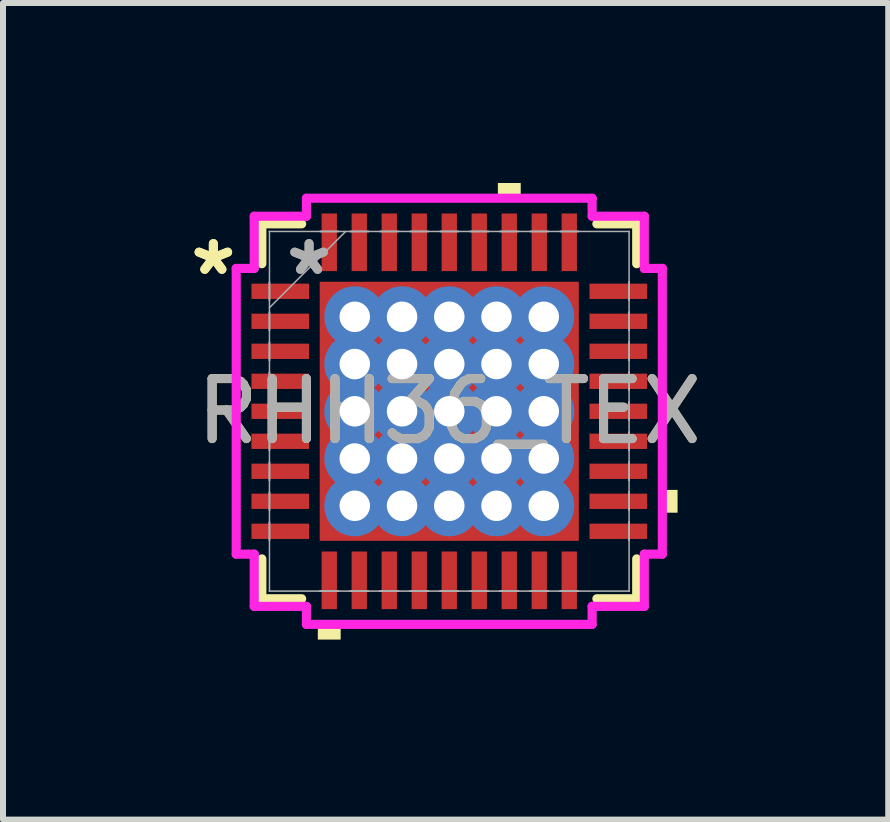
<source format=kicad_pcb>
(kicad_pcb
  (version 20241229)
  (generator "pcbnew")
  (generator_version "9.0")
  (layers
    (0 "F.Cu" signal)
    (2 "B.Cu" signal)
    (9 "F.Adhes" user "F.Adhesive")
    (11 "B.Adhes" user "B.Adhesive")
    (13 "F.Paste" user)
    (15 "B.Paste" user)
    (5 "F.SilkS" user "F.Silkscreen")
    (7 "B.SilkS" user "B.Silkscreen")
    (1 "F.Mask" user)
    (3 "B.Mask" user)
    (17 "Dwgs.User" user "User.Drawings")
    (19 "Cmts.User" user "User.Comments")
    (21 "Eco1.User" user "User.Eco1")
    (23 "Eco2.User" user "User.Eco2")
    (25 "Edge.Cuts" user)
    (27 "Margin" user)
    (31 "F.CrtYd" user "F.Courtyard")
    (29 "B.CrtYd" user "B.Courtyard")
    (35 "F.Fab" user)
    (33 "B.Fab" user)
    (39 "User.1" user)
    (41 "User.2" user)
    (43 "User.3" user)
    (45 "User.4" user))
  (footprint "RHH36_TEX"
    (layer "F.Cu")
    (at 4.438 3.805)
    (property "Reference" "RHH36_TEX" (at 0 0 0) (unlocked yes) (layer "F.SilkS") (effects (font (size 1 1) (thickness 0.15))))
    (attr smd)
    (fp_poly (pts (xy -2.223 -2.223) (xy -1.775 -2.223) (xy -1.775 2.223) (xy -2.223 2.223)) (stroke (width 0) (type solid)) (fill yes) (layer "F.Mask"))
    (fp_poly (pts (xy -2.223 -2.223) (xy 2.223 -2.223) (xy 2.223 -1.775) (xy -2.223 -1.775)) (stroke (width 0) (type solid)) (fill yes) (layer "F.Mask"))
    (fp_poly (pts (xy -2.223 -1.375) (xy 2.223 -1.375) (xy 2.223 -0.987) (xy -2.223 -0.987)) (stroke (width 0) (type solid)) (fill yes) (layer "F.Mask"))
    (fp_poly (pts (xy -2.223 -0.587) (xy 2.223 -0.587) (xy 2.223 -0.2) (xy -2.223 -0.2)) (stroke (width 0) (type solid)) (fill yes) (layer "F.Mask"))
    (fp_poly (pts (xy -2.223 0.2) (xy 2.223 0.2) (xy 2.223 0.587) (xy -2.223 0.587)) (stroke (width 0) (type solid)) (fill yes) (layer "F.Mask"))
    (fp_poly (pts (xy -2.223 0.987) (xy 2.223 0.987) (xy 2.223 1.375) (xy -2.223 1.375)) (stroke (width 0) (type solid)) (fill yes) (layer "F.Mask"))
    (fp_poly (pts (xy -2.223 1.775) (xy 2.223 1.775) (xy 2.223 2.223) (xy -2.223 2.223)) (stroke (width 0) (type solid)) (fill yes) (layer "F.Mask"))
    (fp_poly (pts (xy -0.987 -2.223) (xy -1.375 -2.223) (xy -1.375 2.223) (xy -0.987 2.223)) (stroke (width 0) (type solid)) (fill yes) (layer "F.Mask"))
    (fp_poly (pts (xy -0.2 -2.223) (xy -0.587 -2.223) (xy -0.587 2.223) (xy -0.2 2.223)) (stroke (width 0) (type solid)) (fill yes) (layer "F.Mask"))
    (fp_poly (pts (xy 0.587 -2.223) (xy 0.2 -2.223) (xy 0.2 2.223) (xy 0.587 2.223)) (stroke (width 0) (type solid)) (fill yes) (layer "F.Mask"))
    (fp_poly (pts (xy 1.375 -2.223) (xy 0.987 -2.223) (xy 0.987 2.223) (xy 1.375 2.223)) (stroke (width 0) (type solid)) (fill yes) (layer "F.Mask"))
    (fp_poly (pts (xy 1.775 -2.223) (xy 2.223 -2.223) (xy 2.223 2.223) (xy 1.775 2.223)) (stroke (width 0) (type solid)) (fill yes) (layer "F.Mask"))
    (fp_line (start -3.124 -3.124) (end -3.124 -2.46) (stroke (width 0.152) (type solid)) (layer "F.SilkS"))
    (fp_line (start -3.124 2.46) (end -3.124 3.124) (stroke (width 0.152) (type solid)) (layer "F.SilkS"))
    (fp_line (start -3.124 3.124) (end -2.46 3.124) (stroke (width 0.152) (type solid)) (layer "F.SilkS"))
    (fp_line (start -2.46 -3.124) (end -3.124 -3.124) (stroke (width 0.152) (type solid)) (layer "F.SilkS"))
    (fp_line (start 2.46 3.124) (end 3.124 3.124) (stroke (width 0.152) (type solid)) (layer "F.SilkS"))
    (fp_line (start 3.124 -3.124) (end 2.46 -3.124) (stroke (width 0.152) (type solid)) (layer "F.SilkS"))
    (fp_line (start 3.124 -2.46) (end 3.124 -3.124) (stroke (width 0.152) (type solid)) (layer "F.SilkS"))
    (fp_line (start 3.124 3.124) (end 3.124 2.46) (stroke (width 0.152) (type solid)) (layer "F.SilkS"))
    (fp_poly (pts (xy -2.191 3.551) (xy -2.191 3.805) (xy -1.81 3.805) (xy -1.81 3.551)) (stroke (width 0) (type solid)) (fill yes) (layer "F.SilkS"))
    (fp_poly (pts (xy 0.81 -3.551) (xy 0.81 -3.805) (xy 1.191 -3.805) (xy 1.191 -3.551)) (stroke (width 0) (type solid)) (fill yes) (layer "F.SilkS"))
    (fp_poly (pts (xy 3.805 1.31) (xy 3.805 1.69) (xy 3.551 1.69) (xy 3.551 1.31)) (stroke (width 0) (type solid)) (fill yes) (layer "F.SilkS"))
    (fp_poly (pts (xy -2.084 -2.084) (xy -2.084 -1.675) (xy -1.816 -1.675) (xy -1.675 -1.816) (xy -1.675 -2.084)) (stroke (width 0) (type solid)) (fill yes) (layer "F.Paste"))
    (fp_poly (pts (xy -2.084 1.675) (xy -2.084 2.084) (xy -1.675 2.084) (xy -1.675 1.816) (xy -1.816 1.675)) (stroke (width 0) (type solid)) (fill yes) (layer "F.Paste"))
    (fp_poly (pts (xy 1.675 -2.084) (xy 1.675 -1.816) (xy 1.816 -1.675) (xy 2.084 -1.675) (xy 2.084 -2.084)) (stroke (width 0) (type solid)) (fill yes) (layer "F.Paste"))
    (fp_poly (pts (xy 1.816 1.675) (xy 1.675 1.816) (xy 1.675 2.084) (xy 2.084 2.084) (xy 2.084 1.675)) (stroke (width 0) (type solid)) (fill yes) (layer "F.Paste"))
    (fp_poly (pts (xy -2.084 -1.475) (xy -2.084 -0.887) (xy -1.816 -0.887) (xy -1.675 -1.029) (xy -1.675 -1.333) (xy -1.816 -1.475)) (stroke (width 0) (type solid)) (fill yes) (layer "F.Paste"))
    (fp_poly (pts (xy -2.084 -0.687) (xy -2.084 -0.1) (xy -1.816 -0.1) (xy -1.675 -0.241) (xy -1.675 -0.546) (xy -1.816 -0.687)) (stroke (width 0) (type solid)) (fill yes) (layer "F.Paste"))
    (fp_poly (pts (xy -2.084 0.1) (xy -2.084 0.687) (xy -1.816 0.687) (xy -1.675 0.546) (xy -1.675 0.241) (xy -1.816 0.1)) (stroke (width 0) (type solid)) (fill yes) (layer "F.Paste"))
    (fp_poly (pts (xy -2.084 0.887) (xy -2.084 1.475) (xy -1.816 1.475) (xy -1.675 1.333) (xy -1.675 1.029) (xy -1.816 0.887)) (stroke (width 0) (type solid)) (fill yes) (layer "F.Paste"))
    (fp_poly (pts (xy -1.475 -2.084) (xy -1.475 -1.816) (xy -1.333 -1.675) (xy -1.029 -1.675) (xy -0.887 -1.816) (xy -0.887 -2.084)) (stroke (width 0) (type solid)) (fill yes) (layer "F.Paste"))
    (fp_poly (pts (xy -1.333 1.675) (xy -1.475 1.816) (xy -1.475 2.084) (xy -0.887 2.084) (xy -0.887 1.816) (xy -1.029 1.675)) (stroke (width 0) (type solid)) (fill yes) (layer "F.Paste"))
    (fp_poly (pts (xy -0.687 -2.084) (xy -0.687 -1.816) (xy -0.546 -1.675) (xy -0.241 -1.675) (xy -0.1 -1.816) (xy -0.1 -2.084)) (stroke (width 0) (type solid)) (fill yes) (layer "F.Paste"))
    (fp_poly (pts (xy -0.546 1.675) (xy -0.687 1.816) (xy -0.687 2.084) (xy -0.1 2.084) (xy -0.1 1.816) (xy -0.241 1.675)) (stroke (width 0) (type solid)) (fill yes) (layer "F.Paste"))
    (fp_poly (pts (xy 0.1 -2.084) (xy 0.1 -1.816) (xy 0.241 -1.675) (xy 0.546 -1.675) (xy 0.687 -1.816) (xy 0.687 -2.084)) (stroke (width 0) (type solid)) (fill yes) (layer "F.Paste"))
    (fp_poly (pts (xy 0.241 1.675) (xy 0.1 1.816) (xy 0.1 2.084) (xy 0.687 2.084) (xy 0.687 1.816) (xy 0.546 1.675)) (stroke (width 0) (type solid)) (fill yes) (layer "F.Paste"))
    (fp_poly (pts (xy 0.887 -2.084) (xy 0.887 -1.816) (xy 1.029 -1.675) (xy 1.333 -1.675) (xy 1.475 -1.816) (xy 1.475 -2.084)) (stroke (width 0) (type solid)) (fill yes) (layer "F.Paste"))
    (fp_poly (pts (xy 1.029 1.675) (xy 0.887 1.816) (xy 0.887 2.084) (xy 1.475 2.084) (xy 1.475 1.816) (xy 1.333 1.675)) (stroke (width 0) (type solid)) (fill yes) (layer "F.Paste"))
    (fp_poly (pts (xy 1.816 -1.475) (xy 1.675 -1.333) (xy 1.675 -1.029) (xy 1.816 -0.887) (xy 2.084 -0.887) (xy 2.084 -1.475)) (stroke (width 0) (type solid)) (fill yes) (layer "F.Paste"))
    (fp_poly (pts (xy 1.816 -0.687) (xy 1.675 -0.546) (xy 1.675 -0.241) (xy 1.816 -0.1) (xy 2.084 -0.1) (xy 2.084 -0.687)) (stroke (width 0) (type solid)) (fill yes) (layer "F.Paste"))
    (fp_poly (pts (xy 1.816 0.1) (xy 1.675 0.241) (xy 1.675 0.546) (xy 1.816 0.687) (xy 2.084 0.687) (xy 2.084 0.1)) (stroke (width 0) (type solid)) (fill yes) (layer "F.Paste"))
    (fp_poly (pts (xy 1.816 0.887) (xy 1.675 1.029) (xy 1.675 1.333) (xy 1.816 1.475) (xy 2.084 1.475) (xy 2.084 0.887)) (stroke (width 0) (type solid)) (fill yes) (layer "F.Paste"))
    (fp_poly (pts (xy -1.333 -1.475) (xy -1.475 -1.333) (xy -1.475 -1.029) (xy -1.333 -0.887) (xy -1.029 -0.887) (xy -0.887 -1.029) (xy -0.887 -1.333) (xy -1.029 -1.475)) (stroke (width 0) (type solid)) (fill yes) (layer "F.Paste"))
    (fp_poly (pts (xy -1.333 -0.687) (xy -1.475 -0.546) (xy -1.475 -0.241) (xy -1.333 -0.1) (xy -1.029 -0.1) (xy -0.887 -0.241) (xy -0.887 -0.546) (xy -1.029 -0.687)) (stroke (width 0) (type solid)) (fill yes) (layer "F.Paste"))
    (fp_poly (pts (xy -1.333 0.1) (xy -1.475 0.241) (xy -1.475 0.546) (xy -1.333 0.687) (xy -1.029 0.687) (xy -0.887 0.546) (xy -0.887 0.241) (xy -1.029 0.1)) (stroke (width 0) (type solid)) (fill yes) (layer "F.Paste"))
    (fp_poly (pts (xy -1.333 0.887) (xy -1.475 1.029) (xy -1.475 1.333) (xy -1.333 1.475) (xy -1.029 1.475) (xy -0.887 1.333) (xy -0.887 1.029) (xy -1.029 0.887)) (stroke (width 0) (type solid)) (fill yes) (layer "F.Paste"))
    (fp_poly (pts (xy -0.546 -1.475) (xy -0.687 -1.333) (xy -0.687 -1.029) (xy -0.546 -0.887) (xy -0.241 -0.887) (xy -0.1 -1.029) (xy -0.1 -1.333) (xy -0.241 -1.475)) (stroke (width 0) (type solid)) (fill yes) (layer "F.Paste"))
    (fp_poly (pts (xy -0.546 -0.687) (xy -0.687 -0.546) (xy -0.687 -0.241) (xy -0.546 -0.1) (xy -0.241 -0.1) (xy -0.1 -0.241) (xy -0.1 -0.546) (xy -0.241 -0.687)) (stroke (width 0) (type solid)) (fill yes) (layer "F.Paste"))
    (fp_poly (pts (xy -0.546 0.1) (xy -0.687 0.241) (xy -0.687 0.546) (xy -0.546 0.687) (xy -0.241 0.687) (xy -0.1 0.546) (xy -0.1 0.241) (xy -0.241 0.1)) (stroke (width 0) (type solid)) (fill yes) (layer "F.Paste"))
    (fp_poly (pts (xy -0.546 0.887) (xy -0.687 1.029) (xy -0.687 1.333) (xy -0.546 1.475) (xy -0.241 1.475) (xy -0.1 1.333) (xy -0.1 1.029) (xy -0.241 0.887)) (stroke (width 0) (type solid)) (fill yes) (layer "F.Paste"))
    (fp_poly (pts (xy 0.241 -1.475) (xy 0.1 -1.333) (xy 0.1 -1.029) (xy 0.241 -0.887) (xy 0.546 -0.887) (xy 0.687 -1.029) (xy 0.687 -1.333) (xy 0.546 -1.475)) (stroke (width 0) (type solid)) (fill yes) (layer "F.Paste"))
    (fp_poly (pts (xy 0.241 -0.687) (xy 0.1 -0.546) (xy 0.1 -0.241) (xy 0.241 -0.1) (xy 0.546 -0.1) (xy 0.687 -0.241) (xy 0.687 -0.546) (xy 0.546 -0.687)) (stroke (width 0) (type solid)) (fill yes) (layer "F.Paste"))
    (fp_poly (pts (xy 0.241 0.1) (xy 0.1 0.241) (xy 0.1 0.546) (xy 0.241 0.687) (xy 0.546 0.687) (xy 0.687 0.546) (xy 0.687 0.241) (xy 0.546 0.1)) (stroke (width 0) (type solid)) (fill yes) (layer "F.Paste"))
    (fp_poly (pts (xy 0.241 0.887) (xy 0.1 1.029) (xy 0.1 1.333) (xy 0.241 1.475) (xy 0.546 1.475) (xy 0.687 1.333) (xy 0.687 1.029) (xy 0.546 0.887)) (stroke (width 0) (type solid)) (fill yes) (layer "F.Paste"))
    (fp_poly (pts (xy 1.029 -1.475) (xy 0.887 -1.333) (xy 0.887 -1.029) (xy 1.029 -0.887) (xy 1.333 -0.887) (xy 1.475 -1.029) (xy 1.475 -1.333) (xy 1.333 -1.475)) (stroke (width 0) (type solid)) (fill yes) (layer "F.Paste"))
    (fp_poly (pts (xy 1.029 -0.687) (xy 0.887 -0.546) (xy 0.887 -0.241) (xy 1.029 -0.1) (xy 1.333 -0.1) (xy 1.475 -0.241) (xy 1.475 -0.546) (xy 1.333 -0.687)) (stroke (width 0) (type solid)) (fill yes) (layer "F.Paste"))
    (fp_poly (pts (xy 1.029 0.1) (xy 0.887 0.241) (xy 0.887 0.546) (xy 1.029 0.687) (xy 1.333 0.687) (xy 1.475 0.546) (xy 1.475 0.241) (xy 1.333 0.1)) (stroke (width 0) (type solid)) (fill yes) (layer "F.Paste"))
    (fp_poly (pts (xy 1.029 0.887) (xy 0.887 1.029) (xy 0.887 1.333) (xy 1.029 1.475) (xy 1.333 1.475) (xy 1.475 1.333) (xy 1.475 1.029) (xy 1.333 0.887)) (stroke (width 0) (type solid)) (fill yes) (layer "F.Paste"))
    (fp_line (start -3.551 -2.381) (end -3.251 -2.381) (stroke (width 0.152) (type solid)) (layer "F.CrtYd"))
    (fp_line (start -3.551 2.381) (end -3.551 -2.381) (stroke (width 0.152) (type solid)) (layer "F.CrtYd"))
    (fp_line (start -3.251 -3.251) (end -2.381 -3.251) (stroke (width 0.152) (type solid)) (layer "F.CrtYd"))
    (fp_line (start -3.251 -2.381) (end -3.251 -3.251) (stroke (width 0.152) (type solid)) (layer "F.CrtYd"))
    (fp_line (start -3.251 2.381) (end -3.551 2.381) (stroke (width 0.152) (type solid)) (layer "F.CrtYd"))
    (fp_line (start -3.251 3.251) (end -3.251 2.381) (stroke (width 0.152) (type solid)) (layer "F.CrtYd"))
    (fp_line (start -2.381 -3.551) (end 2.381 -3.551) (stroke (width 0.152) (type solid)) (layer "F.CrtYd"))
    (fp_line (start -2.381 -3.251) (end -2.381 -3.551) (stroke (width 0.152) (type solid)) (layer "F.CrtYd"))
    (fp_line (start -2.381 3.251) (end -3.251 3.251) (stroke (width 0.152) (type solid)) (layer "F.CrtYd"))
    (fp_line (start -2.381 3.551) (end -2.381 3.251) (stroke (width 0.152) (type solid)) (layer "F.CrtYd"))
    (fp_line (start 2.381 -3.551) (end 2.381 -3.251) (stroke (width 0.152) (type solid)) (layer "F.CrtYd"))
    (fp_line (start 2.381 -3.251) (end 3.251 -3.251) (stroke (width 0.152) (type solid)) (layer "F.CrtYd"))
    (fp_line (start 2.381 3.251) (end 2.381 3.551) (stroke (width 0.152) (type solid)) (layer "F.CrtYd"))
    (fp_line (start 2.381 3.551) (end -2.381 3.551) (stroke (width 0.152) (type solid)) (layer "F.CrtYd"))
    (fp_line (start 3.251 -3.251) (end 3.251 -2.381) (stroke (width 0.152) (type solid)) (layer "F.CrtYd"))
    (fp_line (start 3.251 -2.381) (end 3.551 -2.381) (stroke (width 0.152) (type solid)) (layer "F.CrtYd"))
    (fp_line (start 3.251 2.381) (end 3.251 3.251) (stroke (width 0.152) (type solid)) (layer "F.CrtYd"))
    (fp_line (start 3.251 3.251) (end 2.381 3.251) (stroke (width 0.152) (type solid)) (layer "F.CrtYd"))
    (fp_line (start 3.551 -2.381) (end 3.551 2.381) (stroke (width 0.152) (type solid)) (layer "F.CrtYd"))
    (fp_line (start 3.551 2.381) (end 3.251 2.381) (stroke (width 0.152) (type solid)) (layer "F.CrtYd"))
    (fp_line (start -2.997 -2.997) (end -2.997 -2.997) (stroke (width 0.025) (type solid)) (layer "F.Fab"))
    (fp_line (start -2.997 -2.997) (end -2.997 2.997) (stroke (width 0.025) (type solid)) (layer "F.Fab"))
    (fp_line (start -2.997 -2.152) (end -2.997 -2.152) (stroke (width 0.025) (type solid)) (layer "F.Fab"))
    (fp_line (start -2.997 -2.152) (end -2.997 -1.848) (stroke (width 0.025) (type solid)) (layer "F.Fab"))
    (fp_line (start -2.997 -1.848) (end -2.997 -2.152) (stroke (width 0.025) (type solid)) (layer "F.Fab"))
    (fp_line (start -2.997 -1.848) (end -2.997 -1.848) (stroke (width 0.025) (type solid)) (layer "F.Fab"))
    (fp_line (start -2.997 -1.727) (end -1.727 -2.997) (stroke (width 0.025) (type solid)) (layer "F.Fab"))
    (fp_line (start -2.997 -1.652) (end -2.997 -1.652) (stroke (width 0.025) (type solid)) (layer "F.Fab"))
    (fp_line (start -2.997 -1.652) (end -2.997 -1.348) (stroke (width 0.025) (type solid)) (layer "F.Fab"))
    (fp_line (start -2.997 -1.348) (end -2.997 -1.652) (stroke (width 0.025) (type solid)) (layer "F.Fab"))
    (fp_line (start -2.997 -1.348) (end -2.997 -1.348) (stroke (width 0.025) (type solid)) (layer "F.Fab"))
    (fp_line (start -2.997 -1.152) (end -2.997 -1.152) (stroke (width 0.025) (type solid)) (layer "F.Fab"))
    (fp_line (start -2.997 -1.152) (end -2.997 -0.848) (stroke (width 0.025) (type solid)) (layer "F.Fab"))
    (fp_line (start -2.997 -0.848) (end -2.997 -1.152) (stroke (width 0.025) (type solid)) (layer "F.Fab"))
    (fp_line (start -2.997 -0.848) (end -2.997 -0.848) (stroke (width 0.025) (type solid)) (layer "F.Fab"))
    (fp_line (start -2.997 -0.652) (end -2.997 -0.652) (stroke (width 0.025) (type solid)) (layer "F.Fab"))
    (fp_line (start -2.997 -0.652) (end -2.997 -0.348) (stroke (width 0.025) (type solid)) (layer "F.Fab"))
    (fp_line (start -2.997 -0.348) (end -2.997 -0.652) (stroke (width 0.025) (type solid)) (layer "F.Fab"))
    (fp_line (start -2.997 -0.348) (end -2.997 -0.348) (stroke (width 0.025) (type solid)) (layer "F.Fab"))
    (fp_line (start -2.997 -0.152) (end -2.997 -0.152) (stroke (width 0.025) (type solid)) (layer "F.Fab"))
    (fp_line (start -2.997 -0.152) (end -2.997 0.152) (stroke (width 0.025) (type solid)) (layer "F.Fab"))
    (fp_line (start -2.997 0.152) (end -2.997 -0.152) (stroke (width 0.025) (type solid)) (layer "F.Fab"))
    (fp_line (start -2.997 0.152) (end -2.997 0.152) (stroke (width 0.025) (type solid)) (layer "F.Fab"))
    (fp_line (start -2.997 0.348) (end -2.997 0.348) (stroke (width 0.025) (type solid)) (layer "F.Fab"))
    (fp_line (start -2.997 0.348) (end -2.997 0.652) (stroke (width 0.025) (type solid)) (layer "F.Fab"))
    (fp_line (start -2.997 0.652) (end -2.997 0.348) (stroke (width 0.025) (type solid)) (layer "F.Fab"))
    (fp_line (start -2.997 0.652) (end -2.997 0.652) (stroke (width 0.025) (type solid)) (layer "F.Fab"))
    (fp_line (start -2.997 0.848) (end -2.997 0.848) (stroke (width 0.025) (type solid)) (layer "F.Fab"))
    (fp_line (start -2.997 0.848) (end -2.997 1.152) (stroke (width 0.025) (type solid)) (layer "F.Fab"))
    (fp_line (start -2.997 1.152) (end -2.997 0.848) (stroke (width 0.025) (type solid)) (layer "F.Fab"))
    (fp_line (start -2.997 1.152) (end -2.997 1.152) (stroke (width 0.025) (type solid)) (layer "F.Fab"))
    (fp_line (start -2.997 1.348) (end -2.997 1.348) (stroke (width 0.025) (type solid)) (layer "F.Fab"))
    (fp_line (start -2.997 1.348) (end -2.997 1.652) (stroke (width 0.025) (type solid)) (layer "F.Fab"))
    (fp_line (start -2.997 1.652) (end -2.997 1.348) (stroke (width 0.025) (type solid)) (layer "F.Fab"))
    (fp_line (start -2.997 1.652) (end -2.997 1.652) (stroke (width 0.025) (type solid)) (layer "F.Fab"))
    (fp_line (start -2.997 1.848) (end -2.997 1.848) (stroke (width 0.025) (type solid)) (layer "F.Fab"))
    (fp_line (start -2.997 1.848) (end -2.997 2.152) (stroke (width 0.025) (type solid)) (layer "F.Fab"))
    (fp_line (start -2.997 2.152) (end -2.997 1.848) (stroke (width 0.025) (type solid)) (layer "F.Fab"))
    (fp_line (start -2.997 2.152) (end -2.997 2.152) (stroke (width 0.025) (type solid)) (layer "F.Fab"))
    (fp_line (start -2.997 2.997) (end -2.997 2.997) (stroke (width 0.025) (type solid)) (layer "F.Fab"))
    (fp_line (start -2.997 2.997) (end 2.997 2.997) (stroke (width 0.025) (type solid)) (layer "F.Fab"))
    (fp_line (start -2.152 -2.997) (end -2.152 -2.997) (stroke (width 0.025) (type solid)) (layer "F.Fab"))
    (fp_line (start -2.152 -2.997) (end -1.848 -2.997) (stroke (width 0.025) (type solid)) (layer "F.Fab"))
    (fp_line (start -2.152 2.997) (end -2.152 2.997) (stroke (width 0.025) (type solid)) (layer "F.Fab"))
    (fp_line (start -2.152 2.997) (end -1.848 2.997) (stroke (width 0.025) (type solid)) (layer "F.Fab"))
    (fp_line (start -1.848 -2.997) (end -2.152 -2.997) (stroke (width 0.025) (type solid)) (layer "F.Fab"))
    (fp_line (start -1.848 -2.997) (end -1.848 -2.997) (stroke (width 0.025) (type solid)) (layer "F.Fab"))
    (fp_line (start -1.848 2.997) (end -2.152 2.997) (stroke (width 0.025) (type solid)) (layer "F.Fab"))
    (fp_line (start -1.848 2.997) (end -1.848 2.997) (stroke (width 0.025) (type solid)) (layer "F.Fab"))
    (fp_line (start -1.652 -2.997) (end -1.652 -2.997) (stroke (width 0.025) (type solid)) (layer "F.Fab"))
    (fp_line (start -1.652 -2.997) (end -1.348 -2.997) (stroke (width 0.025) (type solid)) (layer "F.Fab"))
    (fp_line (start -1.652 2.997) (end -1.652 2.997) (stroke (width 0.025) (type solid)) (layer "F.Fab"))
    (fp_line (start -1.652 2.997) (end -1.348 2.997) (stroke (width 0.025) (type solid)) (layer "F.Fab"))
    (fp_line (start -1.348 -2.997) (end -1.652 -2.997) (stroke (width 0.025) (type solid)) (layer "F.Fab"))
    (fp_line (start -1.348 -2.997) (end -1.348 -2.997) (stroke (width 0.025) (type solid)) (layer "F.Fab"))
    (fp_line (start -1.348 2.997) (end -1.652 2.997) (stroke (width 0.025) (type solid)) (layer "F.Fab"))
    (fp_line (start -1.348 2.997) (end -1.348 2.997) (stroke (width 0.025) (type solid)) (layer "F.Fab"))
    (fp_line (start -1.152 -2.997) (end -1.152 -2.997) (stroke (width 0.025) (type solid)) (layer "F.Fab"))
    (fp_line (start -1.152 -2.997) (end -0.848 -2.997) (stroke (width 0.025) (type solid)) (layer "F.Fab"))
    (fp_line (start -1.152 2.997) (end -1.152 2.997) (stroke (width 0.025) (type solid)) (layer "F.Fab"))
    (fp_line (start -1.152 2.997) (end -0.848 2.997) (stroke (width 0.025) (type solid)) (layer "F.Fab"))
    (fp_line (start -0.848 -2.997) (end -1.152 -2.997) (stroke (width 0.025) (type solid)) (layer "F.Fab"))
    (fp_line (start -0.848 -2.997) (end -0.848 -2.997) (stroke (width 0.025) (type solid)) (layer "F.Fab"))
    (fp_line (start -0.848 2.997) (end -1.152 2.997) (stroke (width 0.025) (type solid)) (layer "F.Fab"))
    (fp_line (start -0.848 2.997) (end -0.848 2.997) (stroke (width 0.025) (type solid)) (layer "F.Fab"))
    (fp_line (start -0.652 -2.997) (end -0.652 -2.997) (stroke (width 0.025) (type solid)) (layer "F.Fab"))
    (fp_line (start -0.652 -2.997) (end -0.348 -2.997) (stroke (width 0.025) (type solid)) (layer "F.Fab"))
    (fp_line (start -0.652 2.997) (end -0.652 2.997) (stroke (width 0.025) (type solid)) (layer "F.Fab"))
    (fp_line (start -0.652 2.997) (end -0.348 2.997) (stroke (width 0.025) (type solid)) (layer "F.Fab"))
    (fp_line (start -0.348 -2.997) (end -0.652 -2.997) (stroke (width 0.025) (type solid)) (layer "F.Fab"))
    (fp_line (start -0.348 -2.997) (end -0.348 -2.997) (stroke (width 0.025) (type solid)) (layer "F.Fab"))
    (fp_line (start -0.348 2.997) (end -0.652 2.997) (stroke (width 0.025) (type solid)) (layer "F.Fab"))
    (fp_line (start -0.348 2.997) (end -0.348 2.997) (stroke (width 0.025) (type solid)) (layer "F.Fab"))
    (fp_line (start -0.152 -2.997) (end -0.152 -2.997) (stroke (width 0.025) (type solid)) (layer "F.Fab"))
    (fp_line (start -0.152 -2.997) (end 0.152 -2.997) (stroke (width 0.025) (type solid)) (layer "F.Fab"))
    (fp_line (start -0.152 2.997) (end -0.152 2.997) (stroke (width 0.025) (type solid)) (layer "F.Fab"))
    (fp_line (start -0.152 2.997) (end 0.152 2.997) (stroke (width 0.025) (type solid)) (layer "F.Fab"))
    (fp_line (start 0.152 -2.997) (end -0.152 -2.997) (stroke (width 0.025) (type solid)) (layer "F.Fab"))
    (fp_line (start 0.152 -2.997) (end 0.152 -2.997) (stroke (width 0.025) (type solid)) (layer "F.Fab"))
    (fp_line (start 0.152 2.997) (end -0.152 2.997) (stroke (width 0.025) (type solid)) (layer "F.Fab"))
    (fp_line (start 0.152 2.997) (end 0.152 2.997) (stroke (width 0.025) (type solid)) (layer "F.Fab"))
    (fp_line (start 0.348 -2.997) (end 0.348 -2.997) (stroke (width 0.025) (type solid)) (layer "F.Fab"))
    (fp_line (start 0.348 -2.997) (end 0.652 -2.997) (stroke (width 0.025) (type solid)) (layer "F.Fab"))
    (fp_line (start 0.348 2.997) (end 0.348 2.997) (stroke (width 0.025) (type solid)) (layer "F.Fab"))
    (fp_line (start 0.348 2.997) (end 0.652 2.997) (stroke (width 0.025) (type solid)) (layer "F.Fab"))
    (fp_line (start 0.652 -2.997) (end 0.348 -2.997) (stroke (width 0.025) (type solid)) (layer "F.Fab"))
    (fp_line (start 0.652 -2.997) (end 0.652 -2.997) (stroke (width 0.025) (type solid)) (layer "F.Fab"))
    (fp_line (start 0.652 2.997) (end 0.348 2.997) (stroke (width 0.025) (type solid)) (layer "F.Fab"))
    (fp_line (start 0.652 2.997) (end 0.652 2.997) (stroke (width 0.025) (type solid)) (layer "F.Fab"))
    (fp_line (start 0.848 -2.997) (end 0.848 -2.997) (stroke (width 0.025) (type solid)) (layer "F.Fab"))
    (fp_line (start 0.848 -2.997) (end 1.152 -2.997) (stroke (width 0.025) (type solid)) (layer "F.Fab"))
    (fp_line (start 0.848 2.997) (end 0.848 2.997) (stroke (width 0.025) (type solid)) (layer "F.Fab"))
    (fp_line (start 0.848 2.997) (end 1.152 2.997) (stroke (width 0.025) (type solid)) (layer "F.Fab"))
    (fp_line (start 1.152 -2.997) (end 0.848 -2.997) (stroke (width 0.025) (type solid)) (layer "F.Fab"))
    (fp_line (start 1.152 -2.997) (end 1.152 -2.997) (stroke (width 0.025) (type solid)) (layer "F.Fab"))
    (fp_line (start 1.152 2.997) (end 0.848 2.997) (stroke (width 0.025) (type solid)) (layer "F.Fab"))
    (fp_line (start 1.152 2.997) (end 1.152 2.997) (stroke (width 0.025) (type solid)) (layer "F.Fab"))
    (fp_line (start 1.348 -2.997) (end 1.348 -2.997) (stroke (width 0.025) (type solid)) (layer "F.Fab"))
    (fp_line (start 1.348 -2.997) (end 1.652 -2.997) (stroke (width 0.025) (type solid)) (layer "F.Fab"))
    (fp_line (start 1.348 2.997) (end 1.348 2.997) (stroke (width 0.025) (type solid)) (layer "F.Fab"))
    (fp_line (start 1.348 2.997) (end 1.652 2.997) (stroke (width 0.025) (type solid)) (layer "F.Fab"))
    (fp_line (start 1.652 -2.997) (end 1.348 -2.997) (stroke (width 0.025) (type solid)) (layer "F.Fab"))
    (fp_line (start 1.652 -2.997) (end 1.652 -2.997) (stroke (width 0.025) (type solid)) (layer "F.Fab"))
    (fp_line (start 1.652 2.997) (end 1.348 2.997) (stroke (width 0.025) (type solid)) (layer "F.Fab"))
    (fp_line (start 1.652 2.997) (end 1.652 2.997) (stroke (width 0.025) (type solid)) (layer "F.Fab"))
    (fp_line (start 1.848 -2.997) (end 1.848 -2.997) (stroke (width 0.025) (type solid)) (layer "F.Fab"))
    (fp_line (start 1.848 -2.997) (end 2.152 -2.997) (stroke (width 0.025) (type solid)) (layer "F.Fab"))
    (fp_line (start 1.848 2.997) (end 1.848 2.997) (stroke (width 0.025) (type solid)) (layer "F.Fab"))
    (fp_line (start 1.848 2.997) (end 2.152 2.997) (stroke (width 0.025) (type solid)) (layer "F.Fab"))
    (fp_line (start 2.152 -2.997) (end 1.848 -2.997) (stroke (width 0.025) (type solid)) (layer "F.Fab"))
    (fp_line (start 2.152 -2.997) (end 2.152 -2.997) (stroke (width 0.025) (type solid)) (layer "F.Fab"))
    (fp_line (start 2.152 2.997) (end 1.848 2.997) (stroke (width 0.025) (type solid)) (layer "F.Fab"))
    (fp_line (start 2.152 2.997) (end 2.152 2.997) (stroke (width 0.025) (type solid)) (layer "F.Fab"))
    (fp_line (start 2.997 -2.997) (end -2.997 -2.997) (stroke (width 0.025) (type solid)) (layer "F.Fab"))
    (fp_line (start 2.997 -2.997) (end 2.997 -2.997) (stroke (width 0.025) (type solid)) (layer "F.Fab"))
    (fp_line (start 2.997 -2.152) (end 2.997 -2.152) (stroke (width 0.025) (type solid)) (layer "F.Fab"))
    (fp_line (start 2.997 -2.152) (end 2.997 -1.848) (stroke (width 0.025) (type solid)) (layer "F.Fab"))
    (fp_line (start 2.997 -1.848) (end 2.997 -2.152) (stroke (width 0.025) (type solid)) (layer "F.Fab"))
    (fp_line (start 2.997 -1.848) (end 2.997 -1.848) (stroke (width 0.025) (type solid)) (layer "F.Fab"))
    (fp_line (start 2.997 -1.652) (end 2.997 -1.652) (stroke (width 0.025) (type solid)) (layer "F.Fab"))
    (fp_line (start 2.997 -1.652) (end 2.997 -1.348) (stroke (width 0.025) (type solid)) (layer "F.Fab"))
    (fp_line (start 2.997 -1.348) (end 2.997 -1.652) (stroke (width 0.025) (type solid)) (layer "F.Fab"))
    (fp_line (start 2.997 -1.348) (end 2.997 -1.348) (stroke (width 0.025) (type solid)) (layer "F.Fab"))
    (fp_line (start 2.997 -1.152) (end 2.997 -1.152) (stroke (width 0.025) (type solid)) (layer "F.Fab"))
    (fp_line (start 2.997 -1.152) (end 2.997 -0.848) (stroke (width 0.025) (type solid)) (layer "F.Fab"))
    (fp_line (start 2.997 -0.848) (end 2.997 -1.152) (stroke (width 0.025) (type solid)) (layer "F.Fab"))
    (fp_line (start 2.997 -0.848) (end 2.997 -0.848) (stroke (width 0.025) (type solid)) (layer "F.Fab"))
    (fp_line (start 2.997 -0.652) (end 2.997 -0.652) (stroke (width 0.025) (type solid)) (layer "F.Fab"))
    (fp_line (start 2.997 -0.652) (end 2.997 -0.348) (stroke (width 0.025) (type solid)) (layer "F.Fab"))
    (fp_line (start 2.997 -0.348) (end 2.997 -0.652) (stroke (width 0.025) (type solid)) (layer "F.Fab"))
    (fp_line (start 2.997 -0.348) (end 2.997 -0.348) (stroke (width 0.025) (type solid)) (layer "F.Fab"))
    (fp_line (start 2.997 -0.152) (end 2.997 -0.152) (stroke (width 0.025) (type solid)) (layer "F.Fab"))
    (fp_line (start 2.997 -0.152) (end 2.997 0.152) (stroke (width 0.025) (type solid)) (layer "F.Fab"))
    (fp_line (start 2.997 0.152) (end 2.997 -0.152) (stroke (width 0.025) (type solid)) (layer "F.Fab"))
    (fp_line (start 2.997 0.152) (end 2.997 0.152) (stroke (width 0.025) (type solid)) (layer "F.Fab"))
    (fp_line (start 2.997 0.348) (end 2.997 0.348) (stroke (width 0.025) (type solid)) (layer "F.Fab"))
    (fp_line (start 2.997 0.348) (end 2.997 0.652) (stroke (width 0.025) (type solid)) (layer "F.Fab"))
    (fp_line (start 2.997 0.652) (end 2.997 0.348) (stroke (width 0.025) (type solid)) (layer "F.Fab"))
    (fp_line (start 2.997 0.652) (end 2.997 0.652) (stroke (width 0.025) (type solid)) (layer "F.Fab"))
    (fp_line (start 2.997 0.848) (end 2.997 0.848) (stroke (width 0.025) (type solid)) (layer "F.Fab"))
    (fp_line (start 2.997 0.848) (end 2.997 1.152) (stroke (width 0.025) (type solid)) (layer "F.Fab"))
    (fp_line (start 2.997 1.152) (end 2.997 0.848) (stroke (width 0.025) (type solid)) (layer "F.Fab"))
    (fp_line (start 2.997 1.152) (end 2.997 1.152) (stroke (width 0.025) (type solid)) (layer "F.Fab"))
    (fp_line (start 2.997 1.348) (end 2.997 1.348) (stroke (width 0.025) (type solid)) (layer "F.Fab"))
    (fp_line (start 2.997 1.348) (end 2.997 1.652) (stroke (width 0.025) (type solid)) (layer "F.Fab"))
    (fp_line (start 2.997 1.652) (end 2.997 1.348) (stroke (width 0.025) (type solid)) (layer "F.Fab"))
    (fp_line (start 2.997 1.652) (end 2.997 1.652) (stroke (width 0.025) (type solid)) (layer "F.Fab"))
    (fp_line (start 2.997 1.848) (end 2.997 1.848) (stroke (width 0.025) (type solid)) (layer "F.Fab"))
    (fp_line (start 2.997 1.848) (end 2.997 2.152) (stroke (width 0.025) (type solid)) (layer "F.Fab"))
    (fp_line (start 2.997 2.152) (end 2.997 1.848) (stroke (width 0.025) (type solid)) (layer "F.Fab"))
    (fp_line (start 2.997 2.152) (end 2.997 2.152) (stroke (width 0.025) (type solid)) (layer "F.Fab"))
    (fp_line (start 2.997 2.997) (end 2.997 -2.997) (stroke (width 0.025) (type solid)) (layer "F.Fab"))
    (fp_line (start 2.997 2.997) (end 2.997 2.997) (stroke (width 0.025) (type solid)) (layer "F.Fab"))
    (fp_text user "*" (at -3.932 -2.25 0) (layer "F.SilkS") (effects (font (size 1 1) (thickness 0.15))))
    (fp_text user "*" (at -3.932 -2.25 0) (unlocked yes) (layer "F.SilkS") (effects (font (size 1 1) (thickness 0.15))))
    (fp_text user "*" (at -2.337 -2.25 0) (layer "F.Fab") (effects (font (size 1 1) (thickness 0.15))))
    (fp_text user "*" (at -2.337 -2.25 0) (unlocked yes) (layer "F.Fab") (effects (font (size 1 1) (thickness 0.15))))
    (fp_text user "${REFERENCE}" (at 0 0 0) (unlocked yes) (layer "F.Fab") (effects (font (size 1 1) (thickness 0.15))))
    (pad "1" smd rect (at -2.817 -2 90) (size 0.255 0.96) (layers "F.Cu" "F.Mask" "F.Paste"))
    (pad "2" smd rect (at -2.817 -1.5 90) (size 0.255 0.96) (layers "F.Cu" "F.Mask" "F.Paste"))
    (pad "3" smd rect (at -2.817 -1 90) (size 0.255 0.96) (layers "F.Cu" "F.Mask" "F.Paste"))
    (pad "4" smd rect (at -2.817 -0.5 90) (size 0.255 0.96) (layers "F.Cu" "F.Mask" "F.Paste"))
    (pad "5" smd rect (at -2.817 0 90) (size 0.255 0.96) (layers "F.Cu" "F.Mask" "F.Paste"))
    (pad "6" smd rect (at -2.817 0.5 90) (size 0.255 0.96) (layers "F.Cu" "F.Mask" "F.Paste"))
    (pad "7" smd rect (at -2.817 1 90) (size 0.255 0.96) (layers "F.Cu" "F.Mask" "F.Paste"))
    (pad "8" smd rect (at -2.817 1.5 90) (size 0.255 0.96) (layers "F.Cu" "F.Mask" "F.Paste"))
    (pad "9" smd rect (at -2.817 2 90) (size 0.255 0.96) (layers "F.Cu" "F.Mask" "F.Paste"))
    (pad "10" smd rect (at -2 2.817) (size 0.255 0.96) (layers "F.Cu" "F.Mask" "F.Paste"))
    (pad "11" smd rect (at -1.5 2.817) (size 0.255 0.96) (layers "F.Cu" "F.Mask" "F.Paste"))
    (pad "12" smd rect (at -1 2.817) (size 0.255 0.96) (layers "F.Cu" "F.Mask" "F.Paste"))
    (pad "13" smd rect (at -0.5 2.817) (size 0.255 0.96) (layers "F.Cu" "F.Mask" "F.Paste"))
    (pad "14" smd rect (at 0 2.817) (size 0.255 0.96) (layers "F.Cu" "F.Mask" "F.Paste"))
    (pad "15" smd rect (at 0.5 2.817) (size 0.255 0.96) (layers "F.Cu" "F.Mask" "F.Paste"))
    (pad "16" smd rect (at 1 2.817) (size 0.255 0.96) (layers "F.Cu" "F.Mask" "F.Paste"))
    (pad "17" smd rect (at 1.5 2.817) (size 0.255 0.96) (layers "F.Cu" "F.Mask" "F.Paste"))
    (pad "18" smd rect (at 2 2.817) (size 0.255 0.96) (layers "F.Cu" "F.Mask" "F.Paste"))
    (pad "19" smd rect (at 2.817 2 90) (size 0.255 0.96) (layers "F.Cu" "F.Mask" "F.Paste"))
    (pad "20" smd rect (at 2.817 1.5 90) (size 0.255 0.96) (layers "F.Cu" "F.Mask" "F.Paste"))
    (pad "21" smd rect (at 2.817 1 90) (size 0.255 0.96) (layers "F.Cu" "F.Mask" "F.Paste"))
    (pad "22" smd rect (at 2.817 0.5 90) (size 0.255 0.96) (layers "F.Cu" "F.Mask" "F.Paste"))
    (pad "23" smd rect (at 2.817 0 90) (size 0.255 0.96) (layers "F.Cu" "F.Mask" "F.Paste"))
    (pad "24" smd rect (at 2.817 -0.5 90) (size 0.255 0.96) (layers "F.Cu" "F.Mask" "F.Paste"))
    (pad "25" smd rect (at 2.817 -1 90) (size 0.255 0.96) (layers "F.Cu" "F.Mask" "F.Paste"))
    (pad "26" smd rect (at 2.817 -1.5 90) (size 0.255 0.96) (layers "F.Cu" "F.Mask" "F.Paste"))
    (pad "27" smd rect (at 2.817 -2 90) (size 0.255 0.96) (layers "F.Cu" "F.Mask" "F.Paste"))
    (pad "28" smd rect (at 2 -2.817) (size 0.255 0.96) (layers "F.Cu" "F.Mask" "F.Paste"))
    (pad "29" smd rect (at 1.5 -2.817) (size 0.255 0.96) (layers "F.Cu" "F.Mask" "F.Paste"))
    (pad "30" smd rect (at 1 -2.817) (size 0.255 0.96) (layers "F.Cu" "F.Mask" "F.Paste"))
    (pad "31" smd rect (at 0.5 -2.817) (size 0.255 0.96) (layers "F.Cu" "F.Mask" "F.Paste"))
    (pad "32" smd rect (at 0 -2.817) (size 0.255 0.96) (layers "F.Cu" "F.Mask" "F.Paste"))
    (pad "33" smd rect (at -0.5 -2.817) (size 0.255 0.96) (layers "F.Cu" "F.Mask" "F.Paste"))
    (pad "34" smd rect (at -1 -2.817) (size 0.255 0.96) (layers "F.Cu" "F.Mask" "F.Paste"))
    (pad "35" smd rect (at -1.5 -2.817) (size 0.255 0.96) (layers "F.Cu" "F.Mask" "F.Paste"))
    (pad "36" smd rect (at -2 -2.817) (size 0.255 0.96) (layers "F.Cu" "F.Mask" "F.Paste"))
    (pad "37" smd rect (at 0 0) (size 4.318 4.318) (layers "F.Cu"))
    (pad "V" thru_hole circle (at -1.575 -1.575) (size 1.016 1.016) (drill 0.508) (layers "*.Cu" "*.Mask"))
    (pad "V" thru_hole circle (at -1.575 -0.787) (size 1.016 1.016) (drill 0.508) (layers "*.Cu" "*.Mask"))
    (pad "V" thru_hole circle (at -1.575 0) (size 1.016 1.016) (drill 0.508) (layers "*.Cu" "*.Mask"))
    (pad "V" thru_hole circle (at -1.575 0.787) (size 1.016 1.016) (drill 0.508) (layers "*.Cu" "*.Mask"))
    (pad "V" thru_hole circle (at -1.575 1.575) (size 1.016 1.016) (drill 0.508) (layers "*.Cu" "*.Mask"))
    (pad "V" thru_hole circle (at -0.787 -1.575) (size 1.016 1.016) (drill 0.508) (layers "*.Cu" "*.Mask"))
    (pad "V" thru_hole circle (at -0.787 -0.787) (size 1.016 1.016) (drill 0.508) (layers "*.Cu" "*.Mask"))
    (pad "V" thru_hole circle (at -0.787 0) (size 1.016 1.016) (drill 0.508) (layers "*.Cu" "*.Mask"))
    (pad "V" thru_hole circle (at -0.787 0.787) (size 1.016 1.016) (drill 0.508) (layers "*.Cu" "*.Mask"))
    (pad "V" thru_hole circle (at -0.787 1.575) (size 1.016 1.016) (drill 0.508) (layers "*.Cu" "*.Mask"))
    (pad "V" thru_hole circle (at 0 -1.575) (size 1.016 1.016) (drill 0.508) (layers "*.Cu" "*.Mask"))
    (pad "V" thru_hole circle (at 0 -0.787) (size 1.016 1.016) (drill 0.508) (layers "*.Cu" "*.Mask"))
    (pad "V" thru_hole circle (at 0 0) (size 1.016 1.016) (drill 0.508) (layers "*.Cu" "*.Mask"))
    (pad "V" thru_hole circle (at 0 0.787) (size 1.016 1.016) (drill 0.508) (layers "*.Cu" "*.Mask"))
    (pad "V" thru_hole circle (at 0 1.575) (size 1.016 1.016) (drill 0.508) (layers "*.Cu" "*.Mask"))
    (pad "V" thru_hole circle (at 0.787 -1.575) (size 1.016 1.016) (drill 0.508) (layers "*.Cu" "*.Mask"))
    (pad "V" thru_hole circle (at 0.787 -0.787) (size 1.016 1.016) (drill 0.508) (layers "*.Cu" "*.Mask"))
    (pad "V" thru_hole circle (at 0.787 0) (size 1.016 1.016) (drill 0.508) (layers "*.Cu" "*.Mask"))
    (pad "V" thru_hole circle (at 0.787 0.787) (size 1.016 1.016) (drill 0.508) (layers "*.Cu" "*.Mask"))
    (pad "V" thru_hole circle (at 0.787 1.575) (size 1.016 1.016) (drill 0.508) (layers "*.Cu" "*.Mask"))
    (pad "V" thru_hole circle (at 1.575 -1.575) (size 1.016 1.016) (drill 0.508) (layers "*.Cu" "*.Mask"))
    (pad "V" thru_hole circle (at 1.575 -0.787) (size 1.016 1.016) (drill 0.508) (layers "*.Cu" "*.Mask"))
    (pad "V" thru_hole circle (at 1.575 0) (size 1.016 1.016) (drill 0.508) (layers "*.Cu" "*.Mask"))
    (pad "V" thru_hole circle (at 1.575 0.787) (size 1.016 1.016) (drill 0.508) (layers "*.Cu" "*.Mask"))
    (pad "V" thru_hole circle (at 1.575 1.575) (size 1.016 1.016) (drill 0.508) (layers "*.Cu" "*.Mask")))
  (gr_rect
    (start -3 -3)
    (end 11.754 10.61)
    (stroke (width 0.1) (type default))
    (fill no)
    (layer "Edge.Cuts")))
</source>
